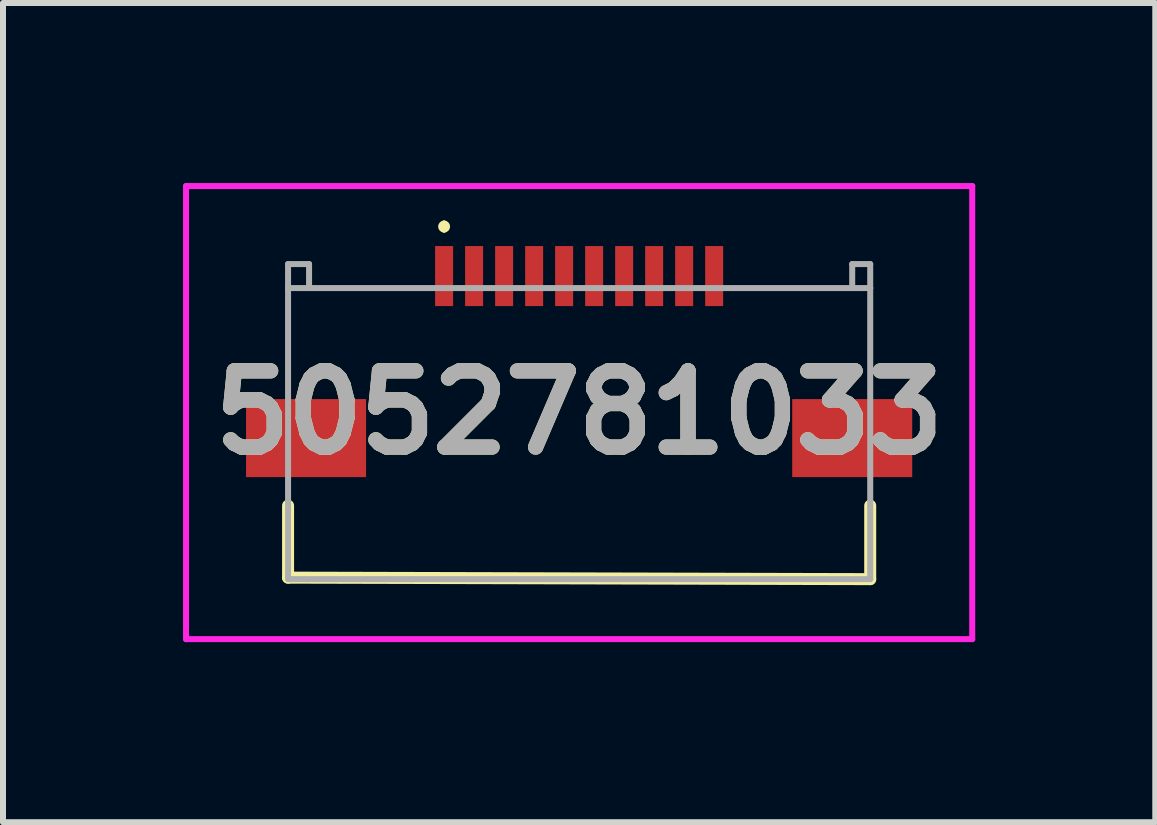
<source format=kicad_pcb>
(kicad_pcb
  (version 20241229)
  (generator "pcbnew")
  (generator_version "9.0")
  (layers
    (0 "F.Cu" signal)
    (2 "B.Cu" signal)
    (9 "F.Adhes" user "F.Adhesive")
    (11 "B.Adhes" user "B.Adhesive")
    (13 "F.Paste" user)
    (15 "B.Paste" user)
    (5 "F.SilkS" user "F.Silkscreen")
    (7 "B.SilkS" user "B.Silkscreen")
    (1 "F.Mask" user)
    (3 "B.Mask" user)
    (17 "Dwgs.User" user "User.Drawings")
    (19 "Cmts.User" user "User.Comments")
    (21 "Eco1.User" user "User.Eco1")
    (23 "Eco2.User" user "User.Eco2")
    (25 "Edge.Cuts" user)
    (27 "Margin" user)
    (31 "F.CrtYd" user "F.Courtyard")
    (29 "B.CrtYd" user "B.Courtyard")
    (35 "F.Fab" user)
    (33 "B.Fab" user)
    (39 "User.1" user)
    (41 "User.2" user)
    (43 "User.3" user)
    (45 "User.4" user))
  (footprint "5052781033"
    (layer "F.Cu")
    (at 6.6 3.975)
    (property "Reference" "5052781033" (at 0 -0.15 0) (layer "F.SilkS") (effects (font (size 1.27 1.27) (thickness 0.254))))
    (attr smd)
    (fp_line (start -4.85 1.4) (end -4.85 2.6) (stroke (width 0.2) (type solid)) (layer "F.SilkS"))
    (fp_line (start -4.85 2.6) (end 4.85 2.625) (stroke (width 0.2) (type solid)) (layer "F.SilkS"))
    (fp_line (start -2.25 -3.3) (end -2.25 -3.3) (stroke (width 0.1) (type solid)) (layer "F.SilkS"))
    (fp_line (start -2.25 -3.2) (end -2.25 -3.2) (stroke (width 0.1) (type solid)) (layer "F.SilkS"))
    (fp_line (start 4.85 2.625) (end 4.85 1.4) (stroke (width 0.2) (type solid)) (layer "F.SilkS"))
    (fp_arc (start -2.25 -3.3) (mid -2.2 -3.25) (end -2.25 -3.2) (stroke (width 0.1) (type solid)) (layer "F.SilkS"))
    (fp_arc (start -2.25 -3.2) (mid -2.3 -3.25) (end -2.25 -3.3) (stroke (width 0.1) (type solid)) (layer "F.SilkS"))
    (fp_line (start -6.55 -3.925) (end 6.55 -3.925) (stroke (width 0.1) (type solid)) (layer "F.CrtYd"))
    (fp_line (start -6.55 3.625) (end -6.55 -3.925) (stroke (width 0.1) (type solid)) (layer "F.CrtYd"))
    (fp_line (start 6.55 -3.925) (end 6.55 3.625) (stroke (width 0.1) (type solid)) (layer "F.CrtYd"))
    (fp_line (start 6.55 3.625) (end -6.55 3.625) (stroke (width 0.1) (type solid)) (layer "F.CrtYd"))
    (fp_line (start -4.85 -2.625) (end -4.5 -2.625) (stroke (width 0.1) (type solid)) (layer "F.Fab"))
    (fp_line (start -4.85 -2.225) (end -4.85 -2.625) (stroke (width 0.1) (type solid)) (layer "F.Fab"))
    (fp_line (start -4.85 -2.225) (end 4.85 -2.225) (stroke (width 0.1) (type solid)) (layer "F.Fab"))
    (fp_line (start -4.85 2.625) (end -4.85 -2.225) (stroke (width 0.1) (type solid)) (layer "F.Fab"))
    (fp_line (start -4.5 -2.625) (end -4.5 -2.225) (stroke (width 0.1) (type solid)) (layer "F.Fab"))
    (fp_line (start 4.55 -2.625) (end 4.55 -2.225) (stroke (width 0.1) (type solid)) (layer "F.Fab"))
    (fp_line (start 4.85 -2.625) (end 4.55 -2.625) (stroke (width 0.1) (type solid)) (layer "F.Fab"))
    (fp_line (start 4.85 -2.225) (end 4.85 -2.625) (stroke (width 0.1) (type solid)) (layer "F.Fab"))
    (fp_line (start 4.85 -2.225) (end 4.85 2.625) (stroke (width 0.1) (type solid)) (layer "F.Fab"))
    (fp_line (start 4.85 2.625) (end -4.85 2.625) (stroke (width 0.1) (type solid)) (layer "F.Fab"))
    (fp_text user "${REFERENCE}" (at 0 -0.15 0) (layer "F.Fab") (effects (font (size 1.27 1.27) (thickness 0.254))))
    (pad "1" smd rect (at -2.25 -2.425) (size 0.3 1) (layers "F.Cu" "F.Mask" "F.Paste"))
    (pad "2" smd rect (at -1.75 -2.425) (size 0.3 1) (layers "F.Cu" "F.Mask" "F.Paste"))
    (pad "3" smd rect (at -1.25 -2.425) (size 0.3 1) (layers "F.Cu" "F.Mask" "F.Paste"))
    (pad "4" smd rect (at -0.75 -2.425) (size 0.3 1) (layers "F.Cu" "F.Mask" "F.Paste"))
    (pad "5" smd rect (at -0.25 -2.425) (size 0.3 1) (layers "F.Cu" "F.Mask" "F.Paste"))
    (pad "6" smd rect (at 0.25 -2.425) (size 0.3 1) (layers "F.Cu" "F.Mask" "F.Paste"))
    (pad "7" smd rect (at 0.75 -2.425) (size 0.3 1) (layers "F.Cu" "F.Mask" "F.Paste"))
    (pad "8" smd rect (at 1.25 -2.425) (size 0.3 1) (layers "F.Cu" "F.Mask" "F.Paste"))
    (pad "9" smd rect (at 1.75 -2.425) (size 0.3 1) (layers "F.Cu" "F.Mask" "F.Paste"))
    (pad "10" smd rect (at 2.25 -2.425) (size 0.3 1) (layers "F.Cu" "F.Mask" "F.Paste"))
    (pad "MP1" smd rect (at -4.55 0.275 90) (size 1.3 2) (layers "F.Cu" "F.Mask" "F.Paste"))
    (pad "MP2" smd rect (at 4.55 0.275 90) (size 1.3 2) (layers "F.Cu" "F.Mask" "F.Paste")))
  (gr_rect
    (start -3 -3)
    (end 16.2 10.65)
    (stroke (width 0.1) (type default))
    (fill no)
    (layer "Edge.Cuts")))
</source>
